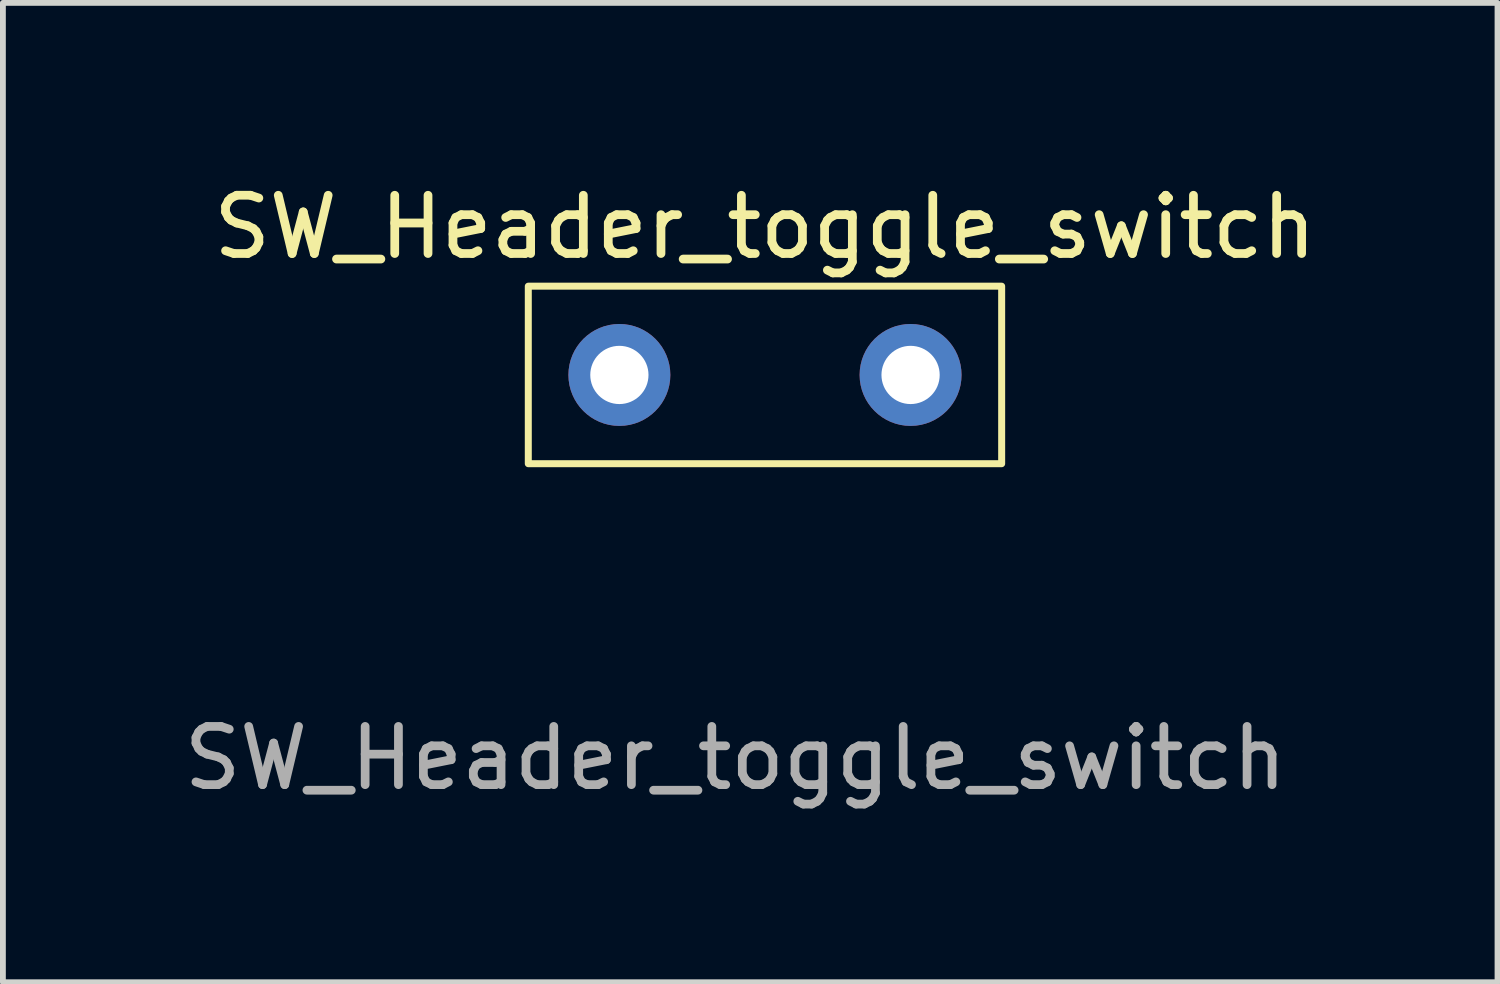
<source format=kicad_pcb>
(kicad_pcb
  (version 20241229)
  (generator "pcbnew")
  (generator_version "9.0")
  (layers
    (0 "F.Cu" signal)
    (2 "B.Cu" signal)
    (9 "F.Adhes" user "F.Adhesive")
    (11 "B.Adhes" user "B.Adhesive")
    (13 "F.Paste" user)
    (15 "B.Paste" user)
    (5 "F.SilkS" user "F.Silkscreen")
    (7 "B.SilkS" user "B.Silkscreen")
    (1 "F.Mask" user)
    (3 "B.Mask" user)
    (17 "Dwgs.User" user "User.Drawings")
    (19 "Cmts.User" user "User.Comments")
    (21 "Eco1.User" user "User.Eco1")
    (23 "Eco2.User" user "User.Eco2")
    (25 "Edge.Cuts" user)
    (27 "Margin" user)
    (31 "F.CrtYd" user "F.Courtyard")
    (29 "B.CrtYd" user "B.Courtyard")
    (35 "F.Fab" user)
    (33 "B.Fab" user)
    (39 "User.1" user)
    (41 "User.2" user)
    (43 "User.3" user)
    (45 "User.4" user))
  (footprint "SW_Header_toggle_switch"
    (layer "F.Cu")
    (at 10.085 3.388)
    (property "Reference" "SW_Header_toggle_switch" (at 0 -2.54 0) (unlocked yes) (layer "F.SilkS") (effects (font (size 1 1) (thickness 0.15))))
    (attr through_hole)
    (fp_rect (start -4.064 -1.524) (end 4.064 1.524) (stroke (width 0.12) (type solid)) (fill no) (layer "F.SilkS"))
    (fp_text user "${REFERENCE}" (at -0.508 6.58 0) (unlocked yes) (layer "F.Fab") (effects (font (size 1 1) (thickness 0.15))))
    (pad "1" thru_hole circle (at -2.5 0) (size 1.75 1.75) (drill 1) (layers "*.Cu" "*.Mask"))
    (pad "2" thru_hole circle (at 2.5 0) (size 1.75 1.75) (drill 1) (layers "*.Cu" "*.Mask")))
  (gr_rect
    (start -3 -3)
    (end 22.663 13.816)
    (stroke (width 0.1) (type default))
    (fill no)
    (layer "Edge.Cuts")))
</source>
